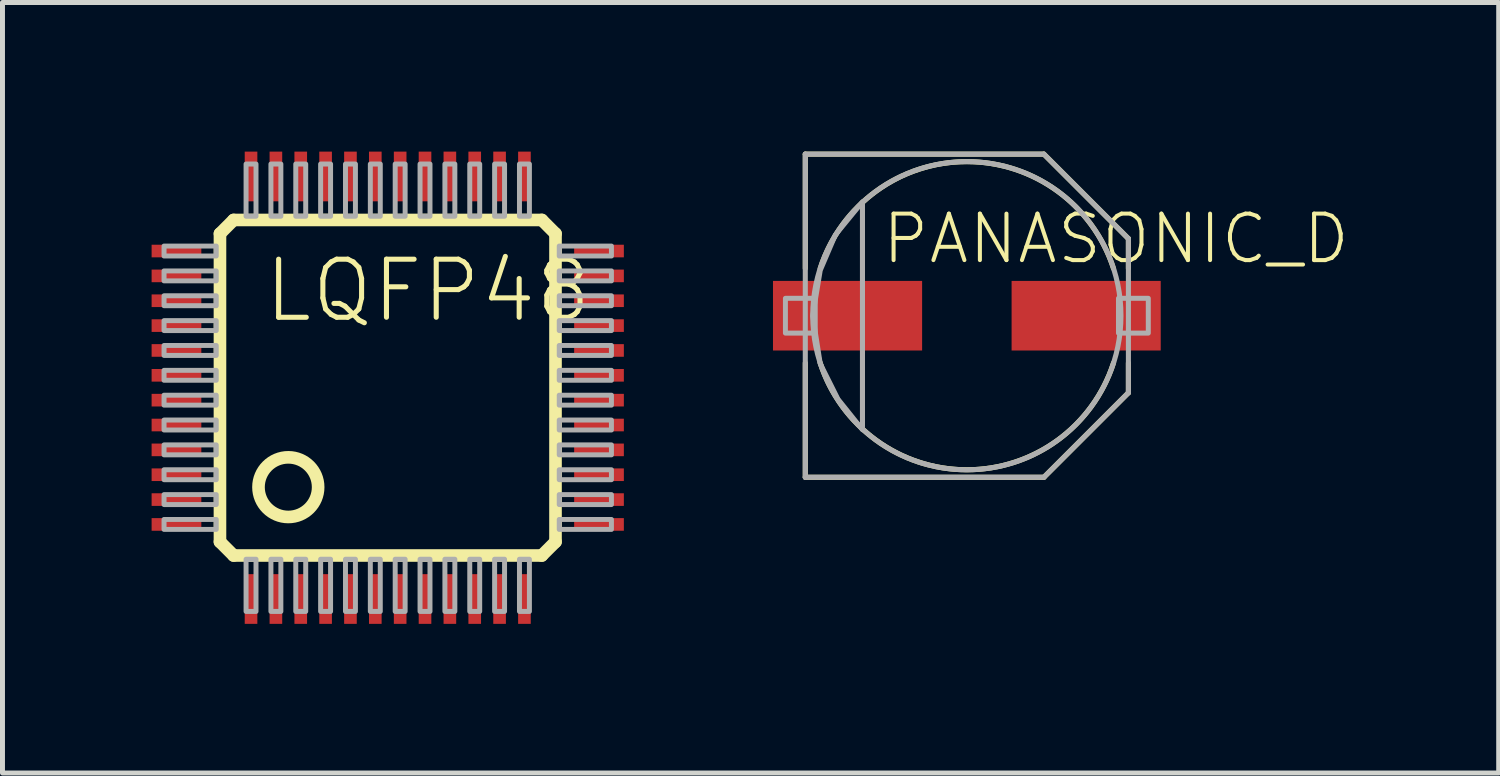
<source format=kicad_pcb>
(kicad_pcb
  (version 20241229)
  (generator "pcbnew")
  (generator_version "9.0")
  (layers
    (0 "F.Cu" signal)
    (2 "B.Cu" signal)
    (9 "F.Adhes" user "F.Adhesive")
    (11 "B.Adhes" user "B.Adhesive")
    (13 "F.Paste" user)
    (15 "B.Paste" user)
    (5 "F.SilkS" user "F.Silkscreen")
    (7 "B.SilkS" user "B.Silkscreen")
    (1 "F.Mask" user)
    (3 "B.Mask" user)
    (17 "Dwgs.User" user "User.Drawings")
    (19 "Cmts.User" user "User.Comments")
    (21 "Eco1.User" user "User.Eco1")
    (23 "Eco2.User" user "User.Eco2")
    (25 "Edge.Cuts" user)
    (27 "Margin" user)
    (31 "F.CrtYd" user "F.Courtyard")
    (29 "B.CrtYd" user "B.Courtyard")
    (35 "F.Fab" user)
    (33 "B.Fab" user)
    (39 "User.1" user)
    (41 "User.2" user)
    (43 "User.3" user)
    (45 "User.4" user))
  (footprint "LQFP48"
    (layer "F.Cu")
    (at 4.75 4.75)
    (property "Reference" "LQFP48" (at -2.54 -1.27 0) (layer "F.SilkS") (effects (font (size 1.168 1.168) (thickness 0.102)) (justify left bottom)))
    (fp_line (start -3.375 -3.1) (end -3.1 -3.375) (stroke (width 0.254) (type solid)) (layer "F.SilkS"))
    (fp_line (start -3.375 3.1) (end -3.375 -3.1) (stroke (width 0.254) (type solid)) (layer "F.SilkS"))
    (fp_line (start -3.1 -3.375) (end 3.1 -3.375) (stroke (width 0.254) (type solid)) (layer "F.SilkS"))
    (fp_line (start -3.1 3.375) (end -3.375 3.1) (stroke (width 0.254) (type solid)) (layer "F.SilkS"))
    (fp_line (start 3.1 -3.375) (end 3.375 -3.1) (stroke (width 0.254) (type solid)) (layer "F.SilkS"))
    (fp_line (start 3.1 3.375) (end -3.1 3.375) (stroke (width 0.254) (type solid)) (layer "F.SilkS"))
    (fp_line (start 3.375 -3.1) (end 3.375 3.1) (stroke (width 0.254) (type solid)) (layer "F.SilkS"))
    (fp_line (start 3.375 3.1) (end 3.1 3.375) (stroke (width 0.254) (type solid)) (layer "F.SilkS"))
    (fp_circle (center -2 2) (end -1.4 2) (stroke (width 0.254) (type solid)) (fill no) (layer "F.SilkS"))
    (fp_poly (pts (xy -4.5 -2.65) (xy -3.45 -2.65) (xy -3.45 -2.85) (xy -4.5 -2.85)) (stroke (width 0.1) (type solid)) (fill no) (layer "F.Fab"))
    (fp_poly (pts (xy -4.5 -2.15) (xy -3.45 -2.15) (xy -3.45 -2.35) (xy -4.5 -2.35)) (stroke (width 0.1) (type solid)) (fill no) (layer "F.Fab"))
    (fp_poly (pts (xy -4.5 -1.65) (xy -3.45 -1.65) (xy -3.45 -1.85) (xy -4.5 -1.85)) (stroke (width 0.1) (type solid)) (fill no) (layer "F.Fab"))
    (fp_poly (pts (xy -4.5 -1.15) (xy -3.45 -1.15) (xy -3.45 -1.35) (xy -4.5 -1.35)) (stroke (width 0.1) (type solid)) (fill no) (layer "F.Fab"))
    (fp_poly (pts (xy -4.5 -0.65) (xy -3.45 -0.65) (xy -3.45 -0.85) (xy -4.5 -0.85)) (stroke (width 0.1) (type solid)) (fill no) (layer "F.Fab"))
    (fp_poly (pts (xy -4.5 -0.15) (xy -3.45 -0.15) (xy -3.45 -0.35) (xy -4.5 -0.35)) (stroke (width 0.1) (type solid)) (fill no) (layer "F.Fab"))
    (fp_poly (pts (xy -4.5 0.35) (xy -3.45 0.35) (xy -3.45 0.15) (xy -4.5 0.15)) (stroke (width 0.1) (type solid)) (fill no) (layer "F.Fab"))
    (fp_poly (pts (xy -4.5 0.85) (xy -3.45 0.85) (xy -3.45 0.65) (xy -4.5 0.65)) (stroke (width 0.1) (type solid)) (fill no) (layer "F.Fab"))
    (fp_poly (pts (xy -4.5 1.35) (xy -3.45 1.35) (xy -3.45 1.15) (xy -4.5 1.15)) (stroke (width 0.1) (type solid)) (fill no) (layer "F.Fab"))
    (fp_poly (pts (xy -4.5 1.85) (xy -3.45 1.85) (xy -3.45 1.65) (xy -4.5 1.65)) (stroke (width 0.1) (type solid)) (fill no) (layer "F.Fab"))
    (fp_poly (pts (xy -4.5 2.35) (xy -3.45 2.35) (xy -3.45 2.15) (xy -4.5 2.15)) (stroke (width 0.1) (type solid)) (fill no) (layer "F.Fab"))
    (fp_poly (pts (xy -4.5 2.85) (xy -3.45 2.85) (xy -3.45 2.65) (xy -4.5 2.65)) (stroke (width 0.1) (type solid)) (fill no) (layer "F.Fab"))
    (fp_poly (pts (xy -2.85 -3.45) (xy -2.65 -3.45) (xy -2.65 -4.5) (xy -2.85 -4.5)) (stroke (width 0.1) (type solid)) (fill no) (layer "F.Fab"))
    (fp_poly (pts (xy -2.85 4.5) (xy -2.65 4.5) (xy -2.65 3.45) (xy -2.85 3.45)) (stroke (width 0.1) (type solid)) (fill no) (layer "F.Fab"))
    (fp_poly (pts (xy -2.35 -3.45) (xy -2.15 -3.45) (xy -2.15 -4.5) (xy -2.35 -4.5)) (stroke (width 0.1) (type solid)) (fill no) (layer "F.Fab"))
    (fp_poly (pts (xy -2.35 4.5) (xy -2.15 4.5) (xy -2.15 3.45) (xy -2.35 3.45)) (stroke (width 0.1) (type solid)) (fill no) (layer "F.Fab"))
    (fp_poly (pts (xy -1.85 -3.45) (xy -1.65 -3.45) (xy -1.65 -4.5) (xy -1.85 -4.5)) (stroke (width 0.1) (type solid)) (fill no) (layer "F.Fab"))
    (fp_poly (pts (xy -1.85 4.5) (xy -1.65 4.5) (xy -1.65 3.45) (xy -1.85 3.45)) (stroke (width 0.1) (type solid)) (fill no) (layer "F.Fab"))
    (fp_poly (pts (xy -1.35 -3.45) (xy -1.15 -3.45) (xy -1.15 -4.5) (xy -1.35 -4.5)) (stroke (width 0.1) (type solid)) (fill no) (layer "F.Fab"))
    (fp_poly (pts (xy -1.35 4.5) (xy -1.15 4.5) (xy -1.15 3.45) (xy -1.35 3.45)) (stroke (width 0.1) (type solid)) (fill no) (layer "F.Fab"))
    (fp_poly (pts (xy -0.85 -3.45) (xy -0.65 -3.45) (xy -0.65 -4.5) (xy -0.85 -4.5)) (stroke (width 0.1) (type solid)) (fill no) (layer "F.Fab"))
    (fp_poly (pts (xy -0.85 4.5) (xy -0.65 4.5) (xy -0.65 3.45) (xy -0.85 3.45)) (stroke (width 0.1) (type solid)) (fill no) (layer "F.Fab"))
    (fp_poly (pts (xy -0.35 -3.45) (xy -0.15 -3.45) (xy -0.15 -4.5) (xy -0.35 -4.5)) (stroke (width 0.1) (type solid)) (fill no) (layer "F.Fab"))
    (fp_poly (pts (xy -0.35 4.5) (xy -0.15 4.5) (xy -0.15 3.45) (xy -0.35 3.45)) (stroke (width 0.1) (type solid)) (fill no) (layer "F.Fab"))
    (fp_poly (pts (xy 0.15 -3.45) (xy 0.35 -3.45) (xy 0.35 -4.5) (xy 0.15 -4.5)) (stroke (width 0.1) (type solid)) (fill no) (layer "F.Fab"))
    (fp_poly (pts (xy 0.15 4.5) (xy 0.35 4.5) (xy 0.35 3.45) (xy 0.15 3.45)) (stroke (width 0.1) (type solid)) (fill no) (layer "F.Fab"))
    (fp_poly (pts (xy 0.65 -3.45) (xy 0.85 -3.45) (xy 0.85 -4.5) (xy 0.65 -4.5)) (stroke (width 0.1) (type solid)) (fill no) (layer "F.Fab"))
    (fp_poly (pts (xy 0.65 4.5) (xy 0.85 4.5) (xy 0.85 3.45) (xy 0.65 3.45)) (stroke (width 0.1) (type solid)) (fill no) (layer "F.Fab"))
    (fp_poly (pts (xy 1.15 -3.45) (xy 1.35 -3.45) (xy 1.35 -4.5) (xy 1.15 -4.5)) (stroke (width 0.1) (type solid)) (fill no) (layer "F.Fab"))
    (fp_poly (pts (xy 1.15 4.5) (xy 1.35 4.5) (xy 1.35 3.45) (xy 1.15 3.45)) (stroke (width 0.1) (type solid)) (fill no) (layer "F.Fab"))
    (fp_poly (pts (xy 1.65 -3.45) (xy 1.85 -3.45) (xy 1.85 -4.5) (xy 1.65 -4.5)) (stroke (width 0.1) (type solid)) (fill no) (layer "F.Fab"))
    (fp_poly (pts (xy 1.65 4.5) (xy 1.85 4.5) (xy 1.85 3.45) (xy 1.65 3.45)) (stroke (width 0.1) (type solid)) (fill no) (layer "F.Fab"))
    (fp_poly (pts (xy 2.15 -3.45) (xy 2.35 -3.45) (xy 2.35 -4.5) (xy 2.15 -4.5)) (stroke (width 0.1) (type solid)) (fill no) (layer "F.Fab"))
    (fp_poly (pts (xy 2.15 4.5) (xy 2.35 4.5) (xy 2.35 3.45) (xy 2.15 3.45)) (stroke (width 0.1) (type solid)) (fill no) (layer "F.Fab"))
    (fp_poly (pts (xy 2.65 -3.45) (xy 2.85 -3.45) (xy 2.85 -4.5) (xy 2.65 -4.5)) (stroke (width 0.1) (type solid)) (fill no) (layer "F.Fab"))
    (fp_poly (pts (xy 2.65 4.5) (xy 2.85 4.5) (xy 2.85 3.45) (xy 2.65 3.45)) (stroke (width 0.1) (type solid)) (fill no) (layer "F.Fab"))
    (fp_poly (pts (xy 3.45 -2.65) (xy 4.5 -2.65) (xy 4.5 -2.85) (xy 3.45 -2.85)) (stroke (width 0.1) (type solid)) (fill no) (layer "F.Fab"))
    (fp_poly (pts (xy 3.45 -2.15) (xy 4.5 -2.15) (xy 4.5 -2.35) (xy 3.45 -2.35)) (stroke (width 0.1) (type solid)) (fill no) (layer "F.Fab"))
    (fp_poly (pts (xy 3.45 -1.65) (xy 4.5 -1.65) (xy 4.5 -1.85) (xy 3.45 -1.85)) (stroke (width 0.1) (type solid)) (fill no) (layer "F.Fab"))
    (fp_poly (pts (xy 3.45 -1.15) (xy 4.5 -1.15) (xy 4.5 -1.35) (xy 3.45 -1.35)) (stroke (width 0.1) (type solid)) (fill no) (layer "F.Fab"))
    (fp_poly (pts (xy 3.45 -0.65) (xy 4.5 -0.65) (xy 4.5 -0.85) (xy 3.45 -0.85)) (stroke (width 0.1) (type solid)) (fill no) (layer "F.Fab"))
    (fp_poly (pts (xy 3.45 -0.15) (xy 4.5 -0.15) (xy 4.5 -0.35) (xy 3.45 -0.35)) (stroke (width 0.1) (type solid)) (fill no) (layer "F.Fab"))
    (fp_poly (pts (xy 3.45 0.35) (xy 4.5 0.35) (xy 4.5 0.15) (xy 3.45 0.15)) (stroke (width 0.1) (type solid)) (fill no) (layer "F.Fab"))
    (fp_poly (pts (xy 3.45 0.85) (xy 4.5 0.85) (xy 4.5 0.65) (xy 3.45 0.65)) (stroke (width 0.1) (type solid)) (fill no) (layer "F.Fab"))
    (fp_poly (pts (xy 3.45 1.35) (xy 4.5 1.35) (xy 4.5 1.15) (xy 3.45 1.15)) (stroke (width 0.1) (type solid)) (fill no) (layer "F.Fab"))
    (fp_poly (pts (xy 3.45 1.85) (xy 4.5 1.85) (xy 4.5 1.65) (xy 3.45 1.65)) (stroke (width 0.1) (type solid)) (fill no) (layer "F.Fab"))
    (fp_poly (pts (xy 3.45 2.35) (xy 4.5 2.35) (xy 4.5 2.15) (xy 3.45 2.15)) (stroke (width 0.1) (type solid)) (fill no) (layer "F.Fab"))
    (fp_poly (pts (xy 3.45 2.85) (xy 4.5 2.85) (xy 4.5 2.65) (xy 3.45 2.65)) (stroke (width 0.1) (type solid)) (fill no) (layer "F.Fab"))
    (pad "1" smd rect (at -2.75 4.25) (size 0.254 1) (layers "F.Cu" "F.Mask" "F.Paste"))
    (pad "2" smd rect (at -2.25 4.25) (size 0.254 1) (layers "F.Cu" "F.Mask" "F.Paste"))
    (pad "3" smd rect (at -1.75 4.25) (size 0.254 1) (layers "F.Cu" "F.Mask" "F.Paste"))
    (pad "4" smd rect (at -1.25 4.25) (size 0.254 1) (layers "F.Cu" "F.Mask" "F.Paste"))
    (pad "5" smd rect (at -0.75 4.25) (size 0.254 1) (layers "F.Cu" "F.Mask" "F.Paste"))
    (pad "6" smd rect (at -0.25 4.25) (size 0.254 1) (layers "F.Cu" "F.Mask" "F.Paste"))
    (pad "7" smd rect (at 0.25 4.25) (size 0.254 1) (layers "F.Cu" "F.Mask" "F.Paste"))
    (pad "8" smd rect (at 0.75 4.25) (size 0.254 1) (layers "F.Cu" "F.Mask" "F.Paste"))
    (pad "9" smd rect (at 1.25 4.25) (size 0.254 1) (layers "F.Cu" "F.Mask" "F.Paste"))
    (pad "10" smd rect (at 1.75 4.25) (size 0.254 1) (layers "F.Cu" "F.Mask" "F.Paste"))
    (pad "11" smd rect (at 2.25 4.25) (size 0.254 1) (layers "F.Cu" "F.Mask" "F.Paste"))
    (pad "12" smd rect (at 2.75 4.25) (size 0.254 1) (layers "F.Cu" "F.Mask" "F.Paste"))
    (pad "13" smd rect (at 4.25 2.75) (size 1 0.254) (layers "F.Cu" "F.Mask" "F.Paste"))
    (pad "14" smd rect (at 4.25 2.25) (size 1 0.254) (layers "F.Cu" "F.Mask" "F.Paste"))
    (pad "15" smd rect (at 4.25 1.75) (size 1 0.254) (layers "F.Cu" "F.Mask" "F.Paste"))
    (pad "16" smd rect (at 4.25 1.25) (size 1 0.254) (layers "F.Cu" "F.Mask" "F.Paste"))
    (pad "17" smd rect (at 4.25 0.75) (size 1 0.254) (layers "F.Cu" "F.Mask" "F.Paste"))
    (pad "18" smd rect (at 4.25 0.25) (size 1 0.254) (layers "F.Cu" "F.Mask" "F.Paste"))
    (pad "19" smd rect (at 4.25 -0.25) (size 1 0.254) (layers "F.Cu" "F.Mask" "F.Paste"))
    (pad "20" smd rect (at 4.25 -0.75) (size 1 0.254) (layers "F.Cu" "F.Mask" "F.Paste"))
    (pad "21" smd rect (at 4.25 -1.25) (size 1 0.254) (layers "F.Cu" "F.Mask" "F.Paste"))
    (pad "22" smd rect (at 4.25 -1.75) (size 1 0.254) (layers "F.Cu" "F.Mask" "F.Paste"))
    (pad "23" smd rect (at 4.25 -2.25) (size 1 0.254) (layers "F.Cu" "F.Mask" "F.Paste"))
    (pad "24" smd rect (at 4.25 -2.75) (size 1 0.254) (layers "F.Cu" "F.Mask" "F.Paste"))
    (pad "25" smd rect (at 2.75 -4.25) (size 0.254 1) (layers "F.Cu" "F.Mask" "F.Paste"))
    (pad "26" smd rect (at 2.25 -4.25) (size 0.254 1) (layers "F.Cu" "F.Mask" "F.Paste"))
    (pad "27" smd rect (at 1.75 -4.25) (size 0.254 1) (layers "F.Cu" "F.Mask" "F.Paste"))
    (pad "28" smd rect (at 1.25 -4.25) (size 0.254 1) (layers "F.Cu" "F.Mask" "F.Paste"))
    (pad "29" smd rect (at 0.75 -4.25) (size 0.254 1) (layers "F.Cu" "F.Mask" "F.Paste"))
    (pad "30" smd rect (at 0.25 -4.25) (size 0.254 1) (layers "F.Cu" "F.Mask" "F.Paste"))
    (pad "31" smd rect (at -0.25 -4.25) (size 0.254 1) (layers "F.Cu" "F.Mask" "F.Paste"))
    (pad "32" smd rect (at -0.75 -4.25) (size 0.254 1) (layers "F.Cu" "F.Mask" "F.Paste"))
    (pad "33" smd rect (at -1.25 -4.25) (size 0.254 1) (layers "F.Cu" "F.Mask" "F.Paste"))
    (pad "34" smd rect (at -1.75 -4.25) (size 0.254 1) (layers "F.Cu" "F.Mask" "F.Paste"))
    (pad "35" smd rect (at -2.25 -4.25) (size 0.254 1) (layers "F.Cu" "F.Mask" "F.Paste"))
    (pad "36" smd rect (at -2.75 -4.25) (size 0.254 1) (layers "F.Cu" "F.Mask" "F.Paste"))
    (pad "37" smd rect (at -4.25 -2.75) (size 1 0.254) (layers "F.Cu" "F.Mask" "F.Paste"))
    (pad "38" smd rect (at -4.25 -2.25) (size 1 0.254) (layers "F.Cu" "F.Mask" "F.Paste"))
    (pad "39" smd rect (at -4.25 -1.75) (size 1 0.254) (layers "F.Cu" "F.Mask" "F.Paste"))
    (pad "40" smd rect (at -4.25 -1.25) (size 1 0.254) (layers "F.Cu" "F.Mask" "F.Paste"))
    (pad "41" smd rect (at -4.25 -0.75) (size 1 0.254) (layers "F.Cu" "F.Mask" "F.Paste"))
    (pad "42" smd rect (at -4.25 -0.25) (size 1 0.254) (layers "F.Cu" "F.Mask" "F.Paste"))
    (pad "43" smd rect (at -4.25 0.25) (size 1 0.254) (layers "F.Cu" "F.Mask" "F.Paste"))
    (pad "44" smd rect (at -4.25 0.75) (size 1 0.254) (layers "F.Cu" "F.Mask" "F.Paste"))
    (pad "45" smd rect (at -4.25 1.25) (size 1 0.254) (layers "F.Cu" "F.Mask" "F.Paste"))
    (pad "46" smd rect (at -4.25 1.75) (size 1 0.254) (layers "F.Cu" "F.Mask" "F.Paste"))
    (pad "47" smd rect (at -4.25 2.25) (size 1 0.254) (layers "F.Cu" "F.Mask" "F.Paste"))
    (pad "48" smd rect (at -4.25 2.75) (size 1 0.254) (layers "F.Cu" "F.Mask" "F.Paste")))
  (footprint "PANASONIC_D"
    (layer "F.Cu")
    (at 16.4 3.301)
    (property "Reference" "PANASONIC_D" (at -1.75 -1 0) (layer "F.SilkS") (effects (font (size 0.935 0.935) (thickness 0.081)) (justify left bottom)))
    (fp_line (start -3.25 -3.25) (end 1.55 -3.25) (stroke (width 0.102) (type solid)) (layer "F.SilkS"))
    (fp_line (start -3.25 -0.95) (end -3.25 -3.25) (stroke (width 0.102) (type solid)) (layer "F.SilkS"))
    (fp_line (start -3.25 3.25) (end -3.25 0.95) (stroke (width 0.102) (type solid)) (layer "F.SilkS"))
    (fp_line (start 1.55 -3.25) (end 3.25 -1.55) (stroke (width 0.102) (type solid)) (layer "F.SilkS"))
    (fp_line (start 1.55 3.25) (end -3.25 3.25) (stroke (width 0.102) (type solid)) (layer "F.SilkS"))
    (fp_line (start 3.25 -1.55) (end 3.25 -0.95) (stroke (width 0.102) (type solid)) (layer "F.SilkS"))
    (fp_line (start 3.25 0.95) (end 3.25 1.55) (stroke (width 0.102) (type solid)) (layer "F.SilkS"))
    (fp_line (start 3.25 1.55) (end 1.55 3.25) (stroke (width 0.102) (type solid)) (layer "F.SilkS"))
    (fp_arc (start -2.95 -0.95) (mid 0 -3.099193) (end 2.95 -0.95) (stroke (width 0.1016) (type solid)) (layer "F.SilkS"))
    (fp_arc (start 2.95 0.95) (mid 0 3.099193) (end -2.95 0.95) (stroke (width 0.1016) (type solid)) (layer "F.SilkS"))
    (fp_line (start -3.25 -3.25) (end 1.55 -3.25) (stroke (width 0.102) (type solid)) (layer "F.Fab"))
    (fp_line (start -3.25 3.25) (end -3.25 -3.25) (stroke (width 0.102) (type solid)) (layer "F.Fab"))
    (fp_line (start -2.1 -2.25) (end -2.1 2.2) (stroke (width 0.102) (type solid)) (layer "F.Fab"))
    (fp_line (start 1.55 -3.25) (end 3.25 -1.55) (stroke (width 0.102) (type solid)) (layer "F.Fab"))
    (fp_line (start 1.55 3.25) (end -3.25 3.25) (stroke (width 0.102) (type solid)) (layer "F.Fab"))
    (fp_line (start 3.25 -1.55) (end 3.25 1.55) (stroke (width 0.102) (type solid)) (layer "F.Fab"))
    (fp_line (start 3.25 1.55) (end 1.55 3.25) (stroke (width 0.102) (type solid)) (layer "F.Fab"))
    (fp_circle (center 0 0) (end 3.1 0) (stroke (width 0.102) (type solid)) (fill no) (layer "F.Fab"))
    (fp_poly (pts (xy -3.65 0.35) (xy -3.05 0.35) (xy -3.05 -0.35) (xy -3.65 -0.35)) (stroke (width 0.1) (type solid)) (fill no) (layer "F.Fab"))
    (fp_poly (pts (xy 3.05 0.35) (xy 3.65 0.35) (xy 3.65 -0.35) (xy 3.05 -0.35)) (stroke (width 0.1) (type solid)) (fill no) (layer "F.Fab"))
    (fp_poly (pts (xy -2.099 2.295) (xy -2.593 1.678) (xy -2.949 0.966) (xy -3.101 -0.00022) (xy -2.949 -0.914) (xy -2.644 -1.627) (xy -2.099 -2.292)) (stroke (width 0.1) (type solid)) (fill no) (layer "F.Fab"))
    (pad "+" smd rect (at 2.4 0) (size 3 1.4) (layers "F.Cu" "F.Mask" "F.Paste"))
    (pad "-" smd rect (at -2.4 0) (size 3 1.4) (layers "F.Cu" "F.Mask" "F.Paste")))
  (gr_rect
    (start -3 -3)
    (end 27.099 12.5)
    (stroke (width 0.1) (type default))
    (fill no)
    (layer "Edge.Cuts")))
</source>
